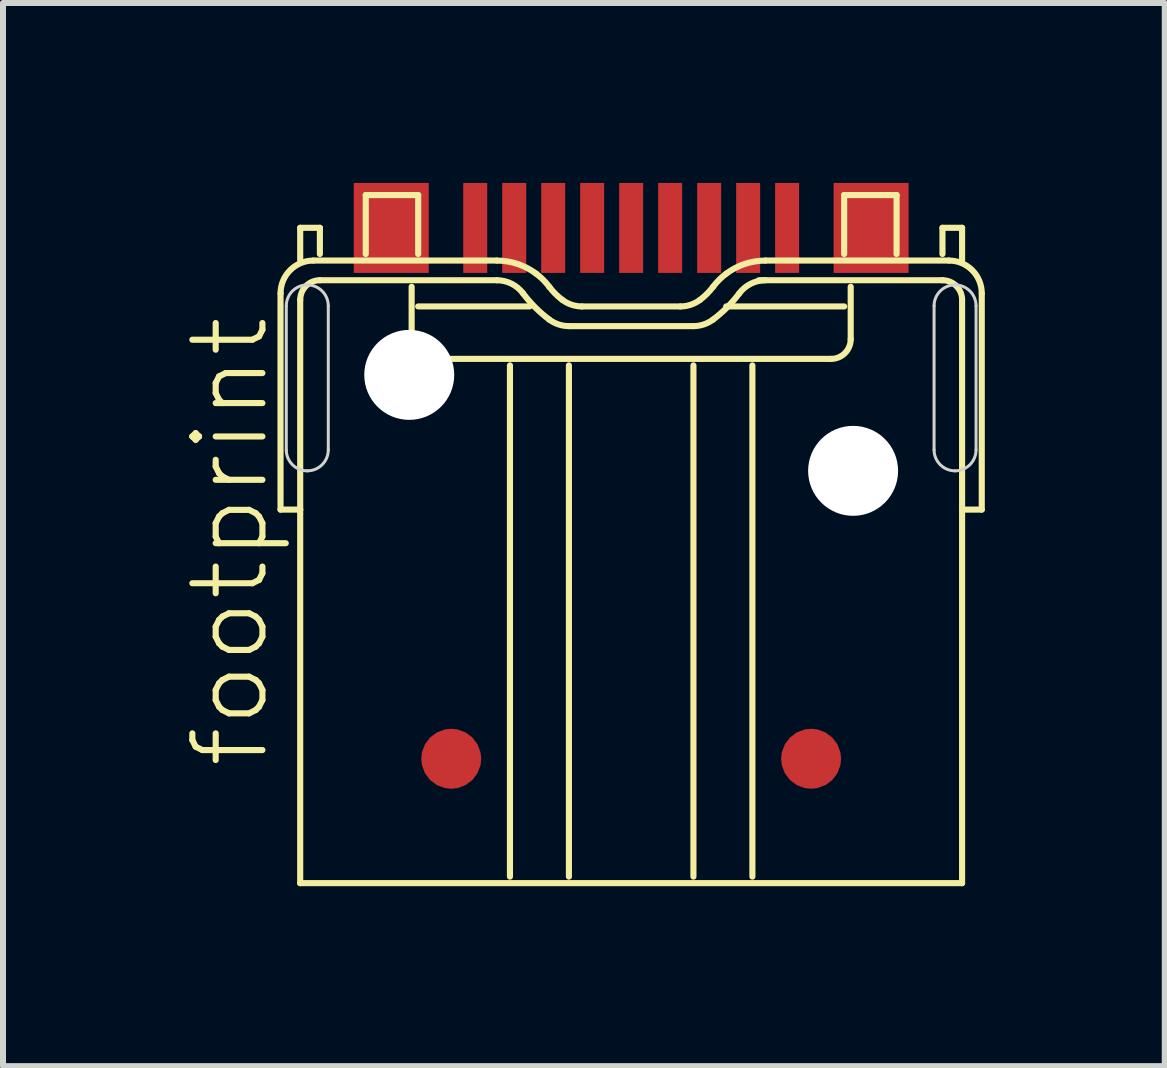
<source format=kicad_pcb>
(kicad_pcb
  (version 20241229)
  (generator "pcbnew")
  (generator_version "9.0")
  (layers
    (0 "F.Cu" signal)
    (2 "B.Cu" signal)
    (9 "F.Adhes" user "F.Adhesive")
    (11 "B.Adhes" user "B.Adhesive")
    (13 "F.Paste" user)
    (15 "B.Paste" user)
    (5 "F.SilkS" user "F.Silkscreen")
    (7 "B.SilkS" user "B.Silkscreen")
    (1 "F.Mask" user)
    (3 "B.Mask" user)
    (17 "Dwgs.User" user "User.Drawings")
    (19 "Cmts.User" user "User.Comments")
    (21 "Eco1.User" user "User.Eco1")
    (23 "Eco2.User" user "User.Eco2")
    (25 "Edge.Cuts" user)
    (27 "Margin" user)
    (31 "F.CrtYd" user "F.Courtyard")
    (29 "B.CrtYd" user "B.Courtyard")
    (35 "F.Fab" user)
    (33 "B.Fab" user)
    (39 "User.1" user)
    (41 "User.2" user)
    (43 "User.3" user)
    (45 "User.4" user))
  (footprint "footprint"
    (layer "F.Cu")
    (at 7.473 10.8)
    (property "Reference" "footprint" (at -6 -1 90) (layer "F.SilkS") (effects (font (size 1.168 1.168) (thickness 0.102)) (justify left bottom)))
    (fp_line (start -5.846 -5.354) (end -5.846 -8.959) (stroke (width 0.102) (type solid)) (layer "F.SilkS"))
    (fp_line (start -5.518 -10.052) (end -5.19 -10.052) (stroke (width 0.102) (type solid)) (layer "F.SilkS"))
    (fp_line (start -5.518 -9.506) (end -5.518 -10.052) (stroke (width 0.102) (type solid)) (layer "F.SilkS"))
    (fp_line (start -5.518 -8.85) (end -5.518 -5.354) (stroke (width 0.102) (type solid)) (layer "F.SilkS"))
    (fp_line (start -5.518 -5.354) (end -5.846 -5.354) (stroke (width 0.102) (type solid)) (layer "F.SilkS"))
    (fp_line (start -5.518 -5.354) (end -5.518 0.874) (stroke (width 0.102) (type solid)) (layer "F.SilkS"))
    (fp_line (start -5.518 0.874) (end 5.517 0.874) (stroke (width 0.102) (type solid)) (layer "F.SilkS"))
    (fp_line (start -5.299 -9.506) (end -2.24 -9.506) (stroke (width 0.102) (type solid)) (layer "F.SilkS"))
    (fp_line (start -5.19 -10.052) (end -5.19 -9.615) (stroke (width 0.102) (type solid)) (layer "F.SilkS"))
    (fp_line (start -4.425 -10.598) (end -3.551 -10.598) (stroke (width 0.102) (type solid)) (layer "F.SilkS"))
    (fp_line (start -4.425 -9.615) (end -4.425 -10.598) (stroke (width 0.102) (type solid)) (layer "F.SilkS"))
    (fp_line (start -3.66 -9.069) (end -3.66 -8.194) (stroke (width 0.102) (type solid)) (layer "F.SilkS"))
    (fp_line (start -3.551 -10.598) (end -3.551 -9.615) (stroke (width 0.102) (type solid)) (layer "F.SilkS"))
    (fp_line (start -3.551 -8.741) (end -1.694 -8.741) (stroke (width 0.102) (type solid)) (layer "F.SilkS"))
    (fp_line (start -3.333 -7.867) (end 3.332 -7.867) (stroke (width 0.102) (type solid)) (layer "F.SilkS"))
    (fp_line (start -2.24 -9.178) (end -5.19 -9.178) (stroke (width 0.102) (type solid)) (layer "F.SilkS"))
    (fp_line (start -2.021 0.765) (end -2.021 -7.758) (stroke (width 0.102) (type solid)) (layer "F.SilkS"))
    (fp_line (start -1.038 -7.758) (end -1.038 0.765) (stroke (width 0.102) (type solid)) (layer "F.SilkS"))
    (fp_line (start -0.82 -8.741) (end 0.819 -8.741) (stroke (width 0.102) (type solid)) (layer "F.SilkS"))
    (fp_line (start 1.038 -7.758) (end 1.038 0.765) (stroke (width 0.102) (type solid)) (layer "F.SilkS"))
    (fp_line (start 1.038 -8.413) (end -1.038 -8.413) (stroke (width 0.102) (type solid)) (layer "F.SilkS"))
    (fp_line (start 1.584 -8.741) (end 3.551 -8.741) (stroke (width 0.102) (type solid)) (layer "F.SilkS"))
    (fp_line (start 2.021 0.765) (end 2.021 -7.758) (stroke (width 0.102) (type solid)) (layer "F.SilkS"))
    (fp_line (start 2.24 -9.506) (end 5.299 -9.506) (stroke (width 0.102) (type solid)) (layer "F.SilkS"))
    (fp_line (start 3.551 -10.598) (end 4.425 -10.598) (stroke (width 0.102) (type solid)) (layer "F.SilkS"))
    (fp_line (start 3.551 -9.615) (end 3.551 -10.598) (stroke (width 0.102) (type solid)) (layer "F.SilkS"))
    (fp_line (start 3.66 -8.194) (end 3.66 -9.069) (stroke (width 0.102) (type solid)) (layer "F.SilkS"))
    (fp_line (start 4.425 -10.598) (end 4.425 -9.615) (stroke (width 0.102) (type solid)) (layer "F.SilkS"))
    (fp_line (start 5.19 -10.052) (end 5.517 -10.052) (stroke (width 0.102) (type solid)) (layer "F.SilkS"))
    (fp_line (start 5.19 -9.615) (end 5.19 -10.052) (stroke (width 0.102) (type solid)) (layer "F.SilkS"))
    (fp_line (start 5.19 -9.178) (end 2.13 -9.178) (stroke (width 0.102) (type solid)) (layer "F.SilkS"))
    (fp_line (start 5.517 -10.052) (end 5.517 -9.506) (stroke (width 0.102) (type solid)) (layer "F.SilkS"))
    (fp_line (start 5.517 -5.354) (end 5.517 -8.85) (stroke (width 0.102) (type solid)) (layer "F.SilkS"))
    (fp_line (start 5.517 0.874) (end 5.517 -5.354) (stroke (width 0.102) (type solid)) (layer "F.SilkS"))
    (fp_line (start 5.845 -8.959) (end 5.845 -5.354) (stroke (width 0.102) (type solid)) (layer "F.SilkS"))
    (fp_line (start 5.845 -5.354) (end 5.517 -5.354) (stroke (width 0.102) (type solid)) (layer "F.SilkS"))
    (fp_arc (start -5.8455 -8.9593) (mid -5.685463 -9.345563) (end -5.2992 -9.5056) (stroke (width 0.1016) (type solid)) (layer "F.SilkS"))
    (fp_arc (start -5.5177 -8.85) (mid -5.42169 -9.08179) (end -5.1899 -9.1778) (stroke (width 0.1016) (type solid)) (layer "F.SilkS"))
    (fp_arc (start -3.3325 -7.8667) (mid -3.56429 -7.96271) (end -3.6603 -8.1945) (stroke (width 0.1016) (type solid)) (layer "F.SilkS"))
    (fp_arc (start -2.24 -9.5056) (mid -1.894474 -9.449537) (end -1.5844 -9.287101) (stroke (width 0.1016) (type solid)) (layer "F.SilkS"))
    (fp_arc (start -2.24 -9.177799) (mid -1.995673 -9.120116) (end -1.8029 -8.9593) (stroke (width 0.1016) (type solid)) (layer "F.SilkS"))
    (fp_arc (start -1.5844 -9.2871) (mid -1.467374 -9.185626) (end -1.3659 -9.0686) (stroke (width 0.1016) (type solid)) (layer "F.SilkS"))
    (fp_arc (start -1.3659 -8.5223) (mid -1.599908 -8.725292) (end -1.8029 -8.9593) (stroke (width 0.1016) (type solid)) (layer "F.SilkS"))
    (fp_arc (start -1.1474 -8.8501) (mid -1.264425 -8.951575) (end -1.3659 -9.0686) (stroke (width 0.1016) (type solid)) (layer "F.SilkS"))
    (fp_arc (start -1.0381 -8.413) (mid -1.210872 -8.44104) (end -1.365899 -8.5223) (stroke (width 0.1016) (type solid)) (layer "F.SilkS"))
    (fp_arc (start -0.819601 -8.7408) (mid -0.992363 -8.768871) (end -1.1474 -8.8501) (stroke (width 0.1016) (type solid)) (layer "F.SilkS"))
    (fp_arc (start 1.1471 -8.8501) (mid 0.992063 -8.768871) (end 0.819301 -8.7408) (stroke (width 0.1016) (type solid)) (layer "F.SilkS"))
    (fp_arc (start 1.365599 -8.5223) (mid 1.210572 -8.44104) (end 1.0378 -8.413) (stroke (width 0.1016) (type solid)) (layer "F.SilkS"))
    (fp_arc (start 1.3656 -9.0686) (mid 1.264125 -8.951575) (end 1.1471 -8.8501) (stroke (width 0.1016) (type solid)) (layer "F.SilkS"))
    (fp_arc (start 1.3656 -9.0686) (mid 1.467074 -9.185626) (end 1.5841 -9.2871) (stroke (width 0.1016) (type solid)) (layer "F.SilkS"))
    (fp_arc (start 1.5841 -9.287101) (mid 1.894174 -9.449537) (end 2.2397 -9.5056) (stroke (width 0.1016) (type solid)) (layer "F.SilkS"))
    (fp_arc (start 1.8026 -8.9593) (mid 1.599608 -8.725292) (end 1.3656 -8.5223) (stroke (width 0.1016) (type solid)) (layer "F.SilkS"))
    (fp_arc (start 1.8026 -8.9593) (mid 1.995373 -9.120116) (end 2.2397 -9.177799) (stroke (width 0.1016) (type solid)) (layer "F.SilkS"))
    (fp_arc (start 3.66 -8.1945) (mid 3.56399 -7.96271) (end 3.3322 -7.8667) (stroke (width 0.1016) (type solid)) (layer "F.SilkS"))
    (fp_arc (start 5.1897 -9.1778) (mid 5.421419 -9.081819) (end 5.5174 -8.8501) (stroke (width 0.1016) (type solid)) (layer "F.SilkS"))
    (fp_arc (start 5.2989 -9.5056) (mid 5.685192 -9.345592) (end 5.8452 -8.9593) (stroke (width 0.1016) (type solid)) (layer "F.SilkS"))
    (fp_line (start -5.75 -6.35) (end -5.75 -8.75) (stroke (width 0.05) (type solid)) (layer "Edge.Cuts"))
    (fp_line (start -5.05 -8.75) (end -5.05 -6.35) (stroke (width 0.05) (type solid)) (layer "Edge.Cuts"))
    (fp_line (start 5.05 -6.35) (end 5.05 -8.75) (stroke (width 0.05) (type solid)) (layer "Edge.Cuts"))
    (fp_line (start 5.75 -8.75) (end 5.75 -6.35) (stroke (width 0.05) (type solid)) (layer "Edge.Cuts"))
    (fp_arc (start -5.75 -8.75) (mid -5.647487 -8.997487) (end -5.4 -9.1) (stroke (width 0.05) (type solid)) (layer "Edge.Cuts"))
    (fp_arc (start -5.4 -9.1) (mid -5.152513 -8.997487) (end -5.05 -8.75) (stroke (width 0.05) (type solid)) (layer "Edge.Cuts"))
    (fp_arc (start -5.4 -6) (mid -5.647487 -6.102513) (end -5.75 -6.35) (stroke (width 0.05) (type solid)) (layer "Edge.Cuts"))
    (fp_arc (start -5.05 -6.35) (mid -5.152513 -6.102513) (end -5.4 -6) (stroke (width 0.05) (type solid)) (layer "Edge.Cuts"))
    (fp_arc (start 5.05 -8.75) (mid 5.152513 -8.997487) (end 5.4 -9.1) (stroke (width 0.05) (type solid)) (layer "Edge.Cuts"))
    (fp_arc (start 5.4 -9.1) (mid 5.647487 -8.997487) (end 5.75 -8.75) (stroke (width 0.05) (type solid)) (layer "Edge.Cuts"))
    (fp_arc (start 5.4 -6) (mid 5.152513 -6.102513) (end 5.05 -6.35) (stroke (width 0.05) (type solid)) (layer "Edge.Cuts"))
    (fp_arc (start 5.75 -6.35) (mid 5.647487 -6.102513) (end 5.4 -6) (stroke (width 0.05) (type solid)) (layer "Edge.Cuts"))
    (pad "" np_thru_hole circle (at -3.7 -7.6) (size 1.5 1.5) (drill 1.5) (layers "*.Cu" "*.Mask"))
    (pad "" np_thru_hole circle (at 3.7 -6) (size 1.5 1.5) (drill 1.5) (layers "*.Cu" "*.Mask"))
    (pad "1" smd rect (at -2.6 -10.05) (size 0.4 1.5) (layers "F.Cu" "F.Mask" "F.Paste"))
    (pad "2" smd rect (at -1.3 -10.05) (size 0.4 1.5) (layers "F.Cu" "F.Mask" "F.Paste"))
    (pad "3" smd rect (at 1.3 -10.05) (size 0.4 1.5) (layers "F.Cu" "F.Mask" "F.Paste"))
    (pad "4" smd rect (at 2.6 -10.05) (size 0.4 1.5) (layers "F.Cu" "F.Mask" "F.Paste"))
    (pad "5" smd rect (at 1.95 -10.05) (size 0.4 1.5) (layers "F.Cu" "F.Mask" "F.Paste"))
    (pad "6" smd rect (at 0.65 -10.05) (size 0.4 1.5) (layers "F.Cu" "F.Mask" "F.Paste"))
    (pad "7" smd rect (at 0 -10.05) (size 0.4 1.5) (layers "F.Cu" "F.Mask" "F.Paste"))
    (pad "8" smd rect (at -0.65 -10.05) (size 0.4 1.5) (layers "F.Cu" "F.Mask" "F.Paste"))
    (pad "9" smd rect (at -1.95 -10.05) (size 0.4 1.5) (layers "F.Cu" "F.Mask" "F.Paste"))
    (pad "M1" smd rect (at -4 -10.05) (size 1.25 1.5) (layers "F.Cu" "F.Mask" "F.Paste"))
    (pad "M2" smd rect (at 4 -10.05) (size 1.25 1.5) (layers "F.Cu" "F.Mask" "F.Paste"))
    (pad "M3" smd roundrect (at -3 -1.2) (size 1 1) (layers "F.Cu" "F.Mask" "F.Paste") (roundrect_rratio 0.5))
    (pad "M4" smd roundrect (at 3 -1.2) (size 1 1) (layers "F.Cu" "F.Mask" "F.Paste") (roundrect_rratio 0.5)))
  (gr_rect
    (start -3 -3)
    (end 16.369 14.725)
    (stroke (width 0.1) (type default))
    (fill no)
    (layer "Edge.Cuts")))
</source>
